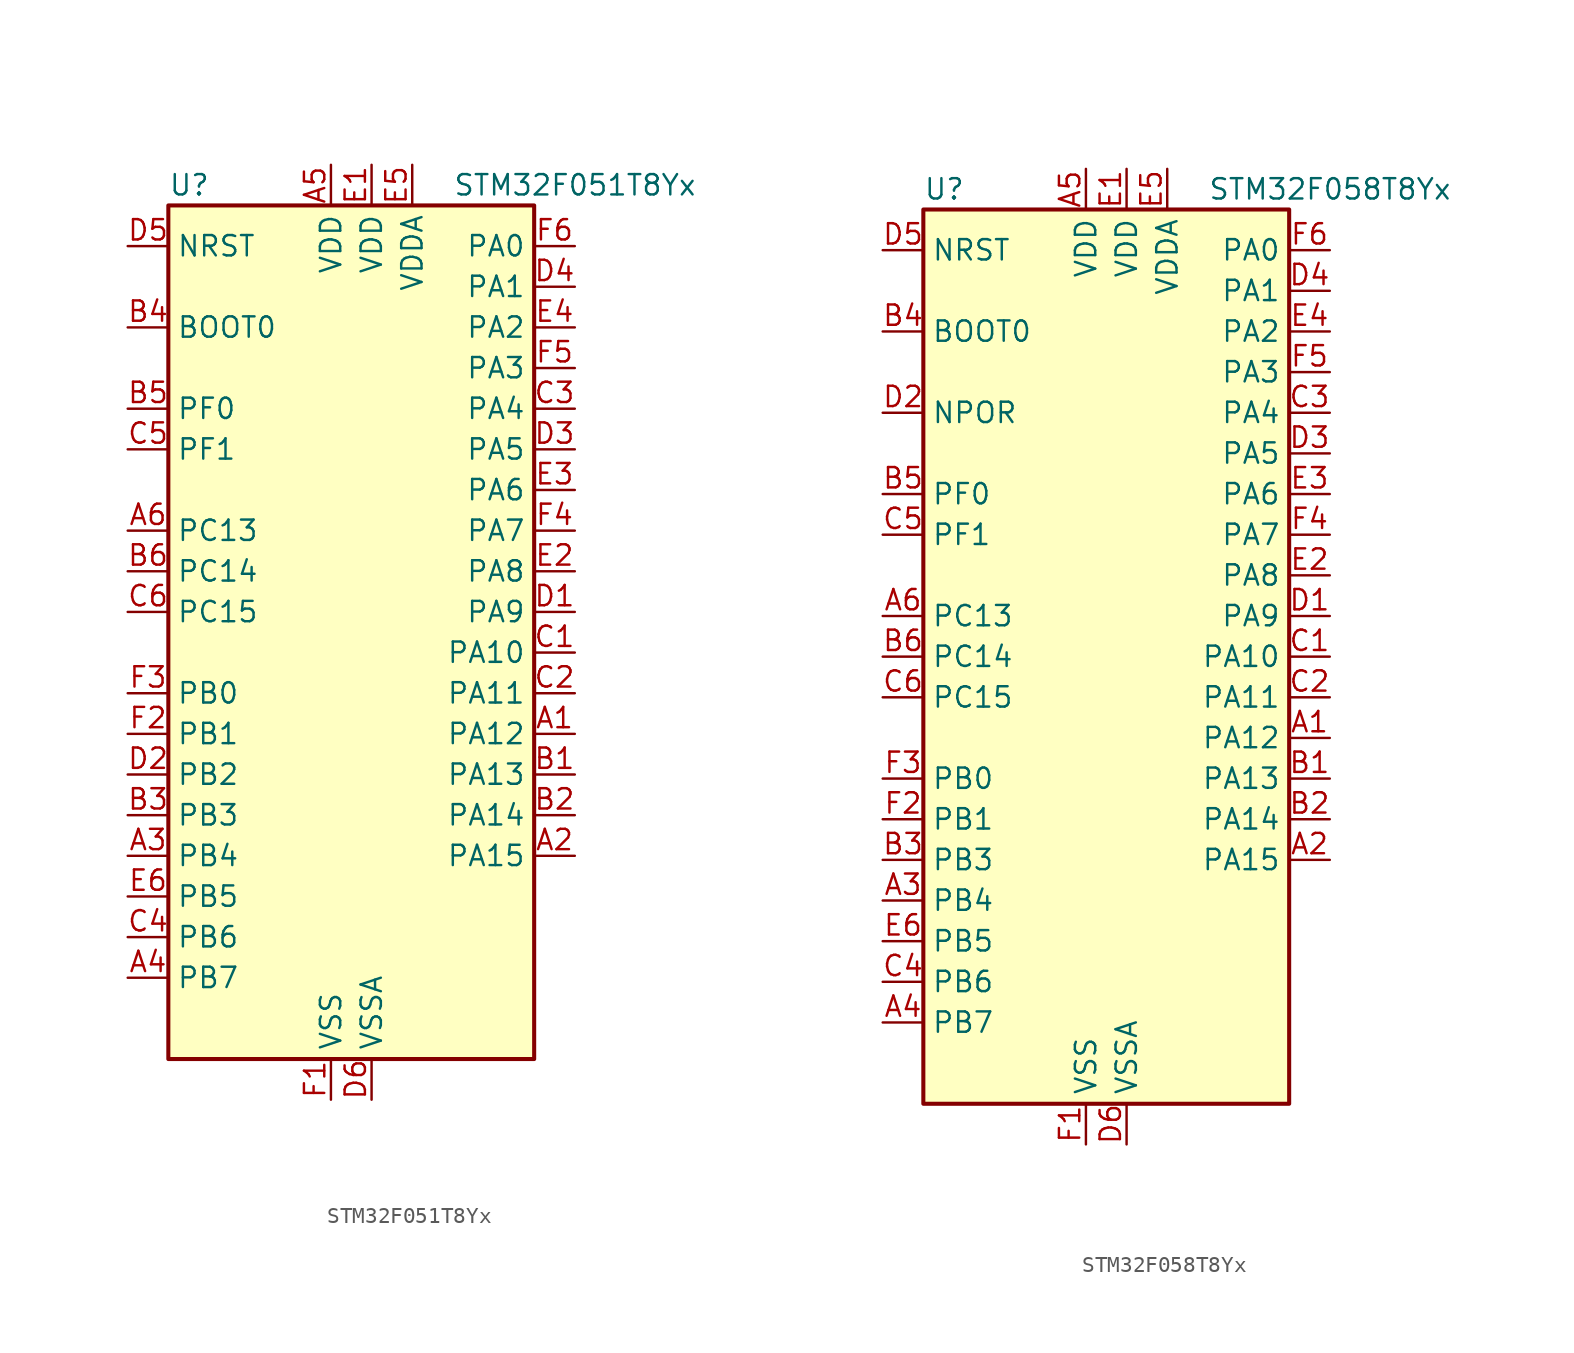
<source format=kicad_sym>
(kicad_symbol_lib
  (version 20231120)
  (generator "kicad_symbol_editor")
  (generator_version "8.0")
  (symbol "STM32F051T8Yx"
    (property "Reference" "U"
      (at -10.16 29.21 0)
      (effects (font (size 1.27 1.27)) (justify left)))
    (property "Value" "STM32F051T8Yx"
      (at 7.62 29.21 0)
      (effects (font (size 1.27 1.27)) (justify left)))
    (property "ki_locked" ""
      (at 0 0 0)
      (effects (font (size 1.27 1.27))))
    (symbol "STM32F051T8Yx_0_1"
      (rectangle (start -10.16 -25.4) (end 12.7 27.94) (stroke (width 0.254) (type default)) (fill (type background))))
    (symbol "STM32F051T8Yx_1_1"
      (pin bidirectional line (at 15.24 -5.08 180) (length 2.54) (name "PA12" (effects (font (size 1.27 1.27)))) (number "A1" (effects (font (size 1.27 1.27)))) (alternate "COMP2_OUT" bidirectional line) (alternate "TIM1_ETR" bidirectional line) (alternate "TSC_G4_IO4" bidirectional line) (alternate "USART1_DE" bidirectional line) (alternate "USART1_RTS" bidirectional line))
      (pin bidirectional line (at 15.24 -12.7 180) (length 2.54) (name "PA15" (effects (font (size 1.27 1.27)))) (number "A2" (effects (font (size 1.27 1.27)))) (alternate "I2S1_WS" bidirectional line) (alternate "SPI1_NSS" bidirectional line) (alternate "TIM2_CH1" bidirectional line) (alternate "TIM2_ETR" bidirectional line) (alternate "USART2_RX" bidirectional line))
      (pin bidirectional line (at -12.7 -12.7 0) (length 2.54) (name "PB4" (effects (font (size 1.27 1.27)))) (number "A3" (effects (font (size 1.27 1.27)))) (alternate "I2S1_MCK" bidirectional line) (alternate "SPI1_MISO" bidirectional line) (alternate "TIM3_CH1" bidirectional line) (alternate "TSC_G5_IO2" bidirectional line))
      (pin bidirectional line (at -12.7 -20.32 0) (length 2.54) (name "PB7" (effects (font (size 1.27 1.27)))) (number "A4" (effects (font (size 1.27 1.27)))) (alternate "I2C1_SDA" bidirectional line) (alternate "TIM17_CH1N" bidirectional line) (alternate "TSC_G5_IO4" bidirectional line) (alternate "USART1_RX" bidirectional line))
      (pin power_in line (at 0 30.48 270) (length 2.54) (name "VDD" (effects (font (size 1.27 1.27)))) (number "A5" (effects (font (size 1.27 1.27)))))
      (pin bidirectional line (at -12.7 7.62 0) (length 2.54) (name "PC13" (effects (font (size 1.27 1.27)))) (number "A6" (effects (font (size 1.27 1.27)))) (alternate "RTC_OUT_ALARM" bidirectional line) (alternate "RTC_OUT_CALIB" bidirectional line) (alternate "RTC_TAMP1" bidirectional line) (alternate "RTC_TS" bidirectional line) (alternate "SYS_WKUP2" bidirectional line))
      (pin bidirectional line (at 15.24 -7.62 180) (length 2.54) (name "PA13" (effects (font (size 1.27 1.27)))) (number "B1" (effects (font (size 1.27 1.27)))) (alternate "IR_OUT" bidirectional line) (alternate "SYS_SWDIO" bidirectional line))
      (pin bidirectional line (at 15.24 -10.16 180) (length 2.54) (name "PA14" (effects (font (size 1.27 1.27)))) (number "B2" (effects (font (size 1.27 1.27)))) (alternate "SYS_SWCLK" bidirectional line) (alternate "USART2_TX" bidirectional line))
      (pin bidirectional line (at -12.7 -10.16 0) (length 2.54) (name "PB3" (effects (font (size 1.27 1.27)))) (number "B3" (effects (font (size 1.27 1.27)))) (alternate "I2S1_CK" bidirectional line) (alternate "SPI1_SCK" bidirectional line) (alternate "TIM2_CH2" bidirectional line) (alternate "TSC_G5_IO1" bidirectional line))
      (pin input line (at -12.7 20.32 0) (length 2.54) (name "BOOT0" (effects (font (size 1.27 1.27)))) (number "B4" (effects (font (size 1.27 1.27)))))
      (pin bidirectional line (at -12.7 15.24 0) (length 2.54) (name "PF0" (effects (font (size 1.27 1.27)))) (number "B5" (effects (font (size 1.27 1.27)))) (alternate "RCC_OSC_IN" bidirectional line))
      (pin bidirectional line (at -12.7 5.08 0) (length 2.54) (name "PC14" (effects (font (size 1.27 1.27)))) (number "B6" (effects (font (size 1.27 1.27)))) (alternate "RCC_OSC32_IN" bidirectional line))
      (pin bidirectional line (at 15.24 0 180) (length 2.54) (name "PA10" (effects (font (size 1.27 1.27)))) (number "C1" (effects (font (size 1.27 1.27)))) (alternate "TIM17_BKIN" bidirectional line) (alternate "TIM1_CH3" bidirectional line) (alternate "TSC_G4_IO2" bidirectional line) (alternate "USART1_RX" bidirectional line))
      (pin bidirectional line (at 15.24 -2.54 180) (length 2.54) (name "PA11" (effects (font (size 1.27 1.27)))) (number "C2" (effects (font (size 1.27 1.27)))) (alternate "COMP1_OUT" bidirectional line) (alternate "TIM1_CH4" bidirectional line) (alternate "TSC_G4_IO3" bidirectional line) (alternate "USART1_CTS" bidirectional line))
      (pin bidirectional line (at 15.24 15.24 180) (length 2.54) (name "PA4" (effects (font (size 1.27 1.27)))) (number "C3" (effects (font (size 1.27 1.27)))) (alternate "ADC_IN4" bidirectional line) (alternate "COMP1_INM" bidirectional line) (alternate "COMP2_INM" bidirectional line) (alternate "DAC1_OUT1" bidirectional line) (alternate "I2S1_WS" bidirectional line) (alternate "SPI1_NSS" bidirectional line) (alternate "TIM14_CH1" bidirectional line) (alternate "TSC_G2_IO1" bidirectional line) (alternate "USART2_CK" bidirectional line))
      (pin bidirectional line (at -12.7 -17.78 0) (length 2.54) (name "PB6" (effects (font (size 1.27 1.27)))) (number "C4" (effects (font (size 1.27 1.27)))) (alternate "I2C1_SCL" bidirectional line) (alternate "TIM16_CH1N" bidirectional line) (alternate "TSC_G5_IO3" bidirectional line) (alternate "USART1_TX" bidirectional line))
      (pin bidirectional line (at -12.7 12.7 0) (length 2.54) (name "PF1" (effects (font (size 1.27 1.27)))) (number "C5" (effects (font (size 1.27 1.27)))) (alternate "RCC_OSC_OUT" bidirectional line))
      (pin bidirectional line (at -12.7 2.54 0) (length 2.54) (name "PC15" (effects (font (size 1.27 1.27)))) (number "C6" (effects (font (size 1.27 1.27)))) (alternate "RCC_OSC32_OUT" bidirectional line))
      (pin bidirectional line (at 15.24 2.54 180) (length 2.54) (name "PA9" (effects (font (size 1.27 1.27)))) (number "D1" (effects (font (size 1.27 1.27)))) (alternate "DAC1_EXTI9" bidirectional line) (alternate "TIM15_BKIN" bidirectional line) (alternate "TIM1_CH2" bidirectional line) (alternate "TSC_G4_IO1" bidirectional line) (alternate "USART1_TX" bidirectional line))
      (pin bidirectional line (at -12.7 -7.62 0) (length 2.54) (name "PB2" (effects (font (size 1.27 1.27)))) (number "D2" (effects (font (size 1.27 1.27)))) (alternate "TSC_G3_IO4" bidirectional line))
      (pin bidirectional line (at 15.24 12.7 180) (length 2.54) (name "PA5" (effects (font (size 1.27 1.27)))) (number "D3" (effects (font (size 1.27 1.27)))) (alternate "ADC_IN5" bidirectional line) (alternate "CEC" bidirectional line) (alternate "COMP1_INM" bidirectional line) (alternate "COMP2_INM" bidirectional line) (alternate "I2S1_CK" bidirectional line) (alternate "SPI1_SCK" bidirectional line) (alternate "TIM2_CH1" bidirectional line) (alternate "TIM2_ETR" bidirectional line) (alternate "TSC_G2_IO2" bidirectional line))
      (pin bidirectional line (at 15.24 22.86 180) (length 2.54) (name "PA1" (effects (font (size 1.27 1.27)))) (number "D4" (effects (font (size 1.27 1.27)))) (alternate "ADC_IN1" bidirectional line) (alternate "COMP1_INP" bidirectional line) (alternate "TIM2_CH2" bidirectional line) (alternate "TSC_G1_IO2" bidirectional line) (alternate "USART2_DE" bidirectional line) (alternate "USART2_RTS" bidirectional line))
      (pin input line (at -12.7 25.4 0) (length 2.54) (name "NRST" (effects (font (size 1.27 1.27)))) (number "D5" (effects (font (size 1.27 1.27)))))
      (pin power_in line (at 2.54 -27.94 90) (length 2.54) (name "VSSA" (effects (font (size 1.27 1.27)))) (number "D6" (effects (font (size 1.27 1.27)))))
      (pin power_in line (at 2.54 30.48 270) (length 2.54) (name "VDD" (effects (font (size 1.27 1.27)))) (number "E1" (effects (font (size 1.27 1.27)))))
      (pin bidirectional line (at 15.24 5.08 180) (length 2.54) (name "PA8" (effects (font (size 1.27 1.27)))) (number "E2" (effects (font (size 1.27 1.27)))) (alternate "RCC_MCO" bidirectional line) (alternate "TIM1_CH1" bidirectional line) (alternate "USART1_CK" bidirectional line))
      (pin bidirectional line (at 15.24 10.16 180) (length 2.54) (name "PA6" (effects (font (size 1.27 1.27)))) (number "E3" (effects (font (size 1.27 1.27)))) (alternate "ADC_IN6" bidirectional line) (alternate "COMP1_OUT" bidirectional line) (alternate "I2S1_MCK" bidirectional line) (alternate "SPI1_MISO" bidirectional line) (alternate "TIM16_CH1" bidirectional line) (alternate "TIM1_BKIN" bidirectional line) (alternate "TIM3_CH1" bidirectional line) (alternate "TSC_G2_IO3" bidirectional line))
      (pin bidirectional line (at 15.24 20.32 180) (length 2.54) (name "PA2" (effects (font (size 1.27 1.27)))) (number "E4" (effects (font (size 1.27 1.27)))) (alternate "ADC_IN2" bidirectional line) (alternate "COMP2_INM" bidirectional line) (alternate "COMP2_OUT" bidirectional line) (alternate "TIM15_CH1" bidirectional line) (alternate "TIM2_CH3" bidirectional line) (alternate "TSC_G1_IO3" bidirectional line) (alternate "USART2_TX" bidirectional line))
      (pin power_in line (at 5.08 30.48 270) (length 2.54) (name "VDDA" (effects (font (size 1.27 1.27)))) (number "E5" (effects (font (size 1.27 1.27)))))
      (pin bidirectional line (at -12.7 -15.24 0) (length 2.54) (name "PB5" (effects (font (size 1.27 1.27)))) (number "E6" (effects (font (size 1.27 1.27)))) (alternate "I2C1_SMBA" bidirectional line) (alternate "I2S1_SD" bidirectional line) (alternate "SPI1_MOSI" bidirectional line) (alternate "TIM16_BKIN" bidirectional line) (alternate "TIM3_CH2" bidirectional line))
      (pin power_in line (at 0 -27.94 90) (length 2.54) (name "VSS" (effects (font (size 1.27 1.27)))) (number "F1" (effects (font (size 1.27 1.27)))))
      (pin bidirectional line (at -12.7 -5.08 0) (length 2.54) (name "PB1" (effects (font (size 1.27 1.27)))) (number "F2" (effects (font (size 1.27 1.27)))) (alternate "ADC_IN9" bidirectional line) (alternate "TIM14_CH1" bidirectional line) (alternate "TIM1_CH3N" bidirectional line) (alternate "TIM3_CH4" bidirectional line) (alternate "TSC_G3_IO3" bidirectional line))
      (pin bidirectional line (at -12.7 -2.54 0) (length 2.54) (name "PB0" (effects (font (size 1.27 1.27)))) (number "F3" (effects (font (size 1.27 1.27)))) (alternate "ADC_IN8" bidirectional line) (alternate "TIM1_CH2N" bidirectional line) (alternate "TIM3_CH3" bidirectional line) (alternate "TSC_G3_IO2" bidirectional line))
      (pin bidirectional line (at 15.24 7.62 180) (length 2.54) (name "PA7" (effects (font (size 1.27 1.27)))) (number "F4" (effects (font (size 1.27 1.27)))) (alternate "ADC_IN7" bidirectional line) (alternate "COMP2_OUT" bidirectional line) (alternate "I2S1_SD" bidirectional line) (alternate "SPI1_MOSI" bidirectional line) (alternate "TIM14_CH1" bidirectional line) (alternate "TIM17_CH1" bidirectional line) (alternate "TIM1_CH1N" bidirectional line) (alternate "TIM3_CH2" bidirectional line) (alternate "TSC_G2_IO4" bidirectional line))
      (pin bidirectional line (at 15.24 17.78 180) (length 2.54) (name "PA3" (effects (font (size 1.27 1.27)))) (number "F5" (effects (font (size 1.27 1.27)))) (alternate "ADC_IN3" bidirectional line) (alternate "COMP2_INP" bidirectional line) (alternate "TIM15_CH2" bidirectional line) (alternate "TIM2_CH4" bidirectional line) (alternate "TSC_G1_IO4" bidirectional line) (alternate "USART2_RX" bidirectional line))
      (pin bidirectional line (at 15.24 25.4 180) (length 2.54) (name "PA0" (effects (font (size 1.27 1.27)))) (number "F6" (effects (font (size 1.27 1.27)))) (alternate "ADC_IN0" bidirectional line) (alternate "COMP1_INM" bidirectional line) (alternate "COMP1_OUT" bidirectional line) (alternate "RTC_TAMP2" bidirectional line) (alternate "SYS_WKUP1" bidirectional line) (alternate "TIM2_CH1" bidirectional line) (alternate "TIM2_ETR" bidirectional line) (alternate "TSC_G1_IO1" bidirectional line) (alternate "USART2_CTS" bidirectional line))))
  (symbol "STM32F058T8Yx"
    (property "Reference" "U"
      (at -10.16 29.21 0)
      (effects (font (size 1.27 1.27)) (justify left)))
    (property "Value" "STM32F058T8Yx"
      (at 7.62 29.21 0)
      (effects (font (size 1.27 1.27)) (justify left)))
    (property "ki_locked" ""
      (at 0 0 0)
      (effects (font (size 1.27 1.27))))
    (symbol "STM32F058T8Yx_0_1"
      (rectangle (start -10.16 -27.94) (end 12.7 27.94) (stroke (width 0.254) (type default)) (fill (type background))))
    (symbol "STM32F058T8Yx_1_1"
      (pin bidirectional line (at 15.24 -5.08 180) (length 2.54) (name "PA12" (effects (font (size 1.27 1.27)))) (number "A1" (effects (font (size 1.27 1.27)))) (alternate "COMP2_OUT" bidirectional line) (alternate "TIM1_ETR" bidirectional line) (alternate "TSC_G4_IO4" bidirectional line) (alternate "USART1_DE" bidirectional line) (alternate "USART1_RTS" bidirectional line))
      (pin bidirectional line (at 15.24 -12.7 180) (length 2.54) (name "PA15" (effects (font (size 1.27 1.27)))) (number "A2" (effects (font (size 1.27 1.27)))) (alternate "I2S1_WS" bidirectional line) (alternate "SPI1_NSS" bidirectional line) (alternate "TIM2_CH1" bidirectional line) (alternate "TIM2_ETR" bidirectional line) (alternate "USART2_RX" bidirectional line))
      (pin bidirectional line (at -12.7 -15.24 0) (length 2.54) (name "PB4" (effects (font (size 1.27 1.27)))) (number "A3" (effects (font (size 1.27 1.27)))) (alternate "I2S1_MCK" bidirectional line) (alternate "SPI1_MISO" bidirectional line) (alternate "TIM3_CH1" bidirectional line) (alternate "TSC_G5_IO2" bidirectional line))
      (pin bidirectional line (at -12.7 -22.86 0) (length 2.54) (name "PB7" (effects (font (size 1.27 1.27)))) (number "A4" (effects (font (size 1.27 1.27)))) (alternate "I2C1_SDA" bidirectional line) (alternate "TIM17_CH1N" bidirectional line) (alternate "TSC_G5_IO4" bidirectional line) (alternate "USART1_RX" bidirectional line))
      (pin power_in line (at 0 30.48 270) (length 2.54) (name "VDD" (effects (font (size 1.27 1.27)))) (number "A5" (effects (font (size 1.27 1.27)))))
      (pin bidirectional line (at -12.7 2.54 0) (length 2.54) (name "PC13" (effects (font (size 1.27 1.27)))) (number "A6" (effects (font (size 1.27 1.27)))) (alternate "RTC_OUT_ALARM" bidirectional line) (alternate "RTC_OUT_CALIB" bidirectional line) (alternate "RTC_TAMP1" bidirectional line) (alternate "RTC_TS" bidirectional line) (alternate "SYS_WKUP2" bidirectional line))
      (pin bidirectional line (at 15.24 -7.62 180) (length 2.54) (name "PA13" (effects (font (size 1.27 1.27)))) (number "B1" (effects (font (size 1.27 1.27)))) (alternate "IR_OUT" bidirectional line) (alternate "SYS_SWDIO" bidirectional line))
      (pin bidirectional line (at 15.24 -10.16 180) (length 2.54) (name "PA14" (effects (font (size 1.27 1.27)))) (number "B2" (effects (font (size 1.27 1.27)))) (alternate "SYS_SWCLK" bidirectional line) (alternate "USART2_TX" bidirectional line))
      (pin bidirectional line (at -12.7 -12.7 0) (length 2.54) (name "PB3" (effects (font (size 1.27 1.27)))) (number "B3" (effects (font (size 1.27 1.27)))) (alternate "I2S1_CK" bidirectional line) (alternate "SPI1_SCK" bidirectional line) (alternate "TIM2_CH2" bidirectional line) (alternate "TSC_G5_IO1" bidirectional line))
      (pin input line (at -12.7 20.32 0) (length 2.54) (name "BOOT0" (effects (font (size 1.27 1.27)))) (number "B4" (effects (font (size 1.27 1.27)))))
      (pin bidirectional line (at -12.7 10.16 0) (length 2.54) (name "PF0" (effects (font (size 1.27 1.27)))) (number "B5" (effects (font (size 1.27 1.27)))) (alternate "RCC_OSC_IN" bidirectional line))
      (pin bidirectional line (at -12.7 0 0) (length 2.54) (name "PC14" (effects (font (size 1.27 1.27)))) (number "B6" (effects (font (size 1.27 1.27)))) (alternate "RCC_OSC32_IN" bidirectional line))
      (pin bidirectional line (at 15.24 0 180) (length 2.54) (name "PA10" (effects (font (size 1.27 1.27)))) (number "C1" (effects (font (size 1.27 1.27)))) (alternate "TIM17_BKIN" bidirectional line) (alternate "TIM1_CH3" bidirectional line) (alternate "TSC_G4_IO2" bidirectional line) (alternate "USART1_RX" bidirectional line))
      (pin bidirectional line (at 15.24 -2.54 180) (length 2.54) (name "PA11" (effects (font (size 1.27 1.27)))) (number "C2" (effects (font (size 1.27 1.27)))) (alternate "COMP1_OUT" bidirectional line) (alternate "TIM1_CH4" bidirectional line) (alternate "TSC_G4_IO3" bidirectional line) (alternate "USART1_CTS" bidirectional line))
      (pin bidirectional line (at 15.24 15.24 180) (length 2.54) (name "PA4" (effects (font (size 1.27 1.27)))) (number "C3" (effects (font (size 1.27 1.27)))) (alternate "ADC_IN4" bidirectional line) (alternate "COMP1_INM" bidirectional line) (alternate "COMP2_INM" bidirectional line) (alternate "DAC1_OUT1" bidirectional line) (alternate "I2S1_WS" bidirectional line) (alternate "SPI1_NSS" bidirectional line) (alternate "TIM14_CH1" bidirectional line) (alternate "TSC_G2_IO1" bidirectional line) (alternate "USART2_CK" bidirectional line))
      (pin bidirectional line (at -12.7 -20.32 0) (length 2.54) (name "PB6" (effects (font (size 1.27 1.27)))) (number "C4" (effects (font (size 1.27 1.27)))) (alternate "I2C1_SCL" bidirectional line) (alternate "TIM16_CH1N" bidirectional line) (alternate "TSC_G5_IO3" bidirectional line) (alternate "USART1_TX" bidirectional line))
      (pin bidirectional line (at -12.7 7.62 0) (length 2.54) (name "PF1" (effects (font (size 1.27 1.27)))) (number "C5" (effects (font (size 1.27 1.27)))) (alternate "RCC_OSC_OUT" bidirectional line))
      (pin bidirectional line (at -12.7 -2.54 0) (length 2.54) (name "PC15" (effects (font (size 1.27 1.27)))) (number "C6" (effects (font (size 1.27 1.27)))) (alternate "RCC_OSC32_OUT" bidirectional line))
      (pin bidirectional line (at 15.24 2.54 180) (length 2.54) (name "PA9" (effects (font (size 1.27 1.27)))) (number "D1" (effects (font (size 1.27 1.27)))) (alternate "DAC1_EXTI9" bidirectional line) (alternate "TIM15_BKIN" bidirectional line) (alternate "TIM1_CH2" bidirectional line) (alternate "TSC_G4_IO1" bidirectional line) (alternate "USART1_TX" bidirectional line))
      (pin input line (at -12.7 15.24 0) (length 2.54) (name "NPOR" (effects (font (size 1.27 1.27)))) (number "D2" (effects (font (size 1.27 1.27)))))
      (pin bidirectional line (at 15.24 12.7 180) (length 2.54) (name "PA5" (effects (font (size 1.27 1.27)))) (number "D3" (effects (font (size 1.27 1.27)))) (alternate "ADC_IN5" bidirectional line) (alternate "CEC" bidirectional line) (alternate "COMP1_INM" bidirectional line) (alternate "COMP2_INM" bidirectional line) (alternate "I2S1_CK" bidirectional line) (alternate "SPI1_SCK" bidirectional line) (alternate "TIM2_CH1" bidirectional line) (alternate "TIM2_ETR" bidirectional line) (alternate "TSC_G2_IO2" bidirectional line))
      (pin bidirectional line (at 15.24 22.86 180) (length 2.54) (name "PA1" (effects (font (size 1.27 1.27)))) (number "D4" (effects (font (size 1.27 1.27)))) (alternate "ADC_IN1" bidirectional line) (alternate "COMP1_INP" bidirectional line) (alternate "TIM2_CH2" bidirectional line) (alternate "TSC_G1_IO2" bidirectional line) (alternate "USART2_DE" bidirectional line) (alternate "USART2_RTS" bidirectional line))
      (pin input line (at -12.7 25.4 0) (length 2.54) (name "NRST" (effects (font (size 1.27 1.27)))) (number "D5" (effects (font (size 1.27 1.27)))))
      (pin power_in line (at 2.54 -30.48 90) (length 2.54) (name "VSSA" (effects (font (size 1.27 1.27)))) (number "D6" (effects (font (size 1.27 1.27)))))
      (pin power_in line (at 2.54 30.48 270) (length 2.54) (name "VDD" (effects (font (size 1.27 1.27)))) (number "E1" (effects (font (size 1.27 1.27)))))
      (pin bidirectional line (at 15.24 5.08 180) (length 2.54) (name "PA8" (effects (font (size 1.27 1.27)))) (number "E2" (effects (font (size 1.27 1.27)))) (alternate "RCC_MCO" bidirectional line) (alternate "TIM1_CH1" bidirectional line) (alternate "USART1_CK" bidirectional line))
      (pin bidirectional line (at 15.24 10.16 180) (length 2.54) (name "PA6" (effects (font (size 1.27 1.27)))) (number "E3" (effects (font (size 1.27 1.27)))) (alternate "ADC_IN6" bidirectional line) (alternate "COMP1_OUT" bidirectional line) (alternate "I2S1_MCK" bidirectional line) (alternate "SPI1_MISO" bidirectional line) (alternate "TIM16_CH1" bidirectional line) (alternate "TIM1_BKIN" bidirectional line) (alternate "TIM3_CH1" bidirectional line) (alternate "TSC_G2_IO3" bidirectional line))
      (pin bidirectional line (at 15.24 20.32 180) (length 2.54) (name "PA2" (effects (font (size 1.27 1.27)))) (number "E4" (effects (font (size 1.27 1.27)))) (alternate "ADC_IN2" bidirectional line) (alternate "COMP2_INM" bidirectional line) (alternate "COMP2_OUT" bidirectional line) (alternate "TIM15_CH1" bidirectional line) (alternate "TIM2_CH3" bidirectional line) (alternate "TSC_G1_IO3" bidirectional line) (alternate "USART2_TX" bidirectional line))
      (pin power_in line (at 5.08 30.48 270) (length 2.54) (name "VDDA" (effects (font (size 1.27 1.27)))) (number "E5" (effects (font (size 1.27 1.27)))))
      (pin bidirectional line (at -12.7 -17.78 0) (length 2.54) (name "PB5" (effects (font (size 1.27 1.27)))) (number "E6" (effects (font (size 1.27 1.27)))) (alternate "I2C1_SMBA" bidirectional line) (alternate "I2S1_SD" bidirectional line) (alternate "SPI1_MOSI" bidirectional line) (alternate "TIM16_BKIN" bidirectional line) (alternate "TIM3_CH2" bidirectional line))
      (pin power_in line (at 0 -30.48 90) (length 2.54) (name "VSS" (effects (font (size 1.27 1.27)))) (number "F1" (effects (font (size 1.27 1.27)))))
      (pin bidirectional line (at -12.7 -10.16 0) (length 2.54) (name "PB1" (effects (font (size 1.27 1.27)))) (number "F2" (effects (font (size 1.27 1.27)))) (alternate "ADC_IN9" bidirectional line) (alternate "TIM14_CH1" bidirectional line) (alternate "TIM1_CH3N" bidirectional line) (alternate "TIM3_CH4" bidirectional line) (alternate "TSC_G3_IO3" bidirectional line))
      (pin bidirectional line (at -12.7 -7.62 0) (length 2.54) (name "PB0" (effects (font (size 1.27 1.27)))) (number "F3" (effects (font (size 1.27 1.27)))) (alternate "ADC_IN8" bidirectional line) (alternate "TIM1_CH2N" bidirectional line) (alternate "TIM3_CH3" bidirectional line) (alternate "TSC_G3_IO2" bidirectional line))
      (pin bidirectional line (at 15.24 7.62 180) (length 2.54) (name "PA7" (effects (font (size 1.27 1.27)))) (number "F4" (effects (font (size 1.27 1.27)))) (alternate "ADC_IN7" bidirectional line) (alternate "COMP2_OUT" bidirectional line) (alternate "I2S1_SD" bidirectional line) (alternate "SPI1_MOSI" bidirectional line) (alternate "TIM14_CH1" bidirectional line) (alternate "TIM17_CH1" bidirectional line) (alternate "TIM1_CH1N" bidirectional line) (alternate "TIM3_CH2" bidirectional line) (alternate "TSC_G2_IO4" bidirectional line))
      (pin bidirectional line (at 15.24 17.78 180) (length 2.54) (name "PA3" (effects (font (size 1.27 1.27)))) (number "F5" (effects (font (size 1.27 1.27)))) (alternate "ADC_IN3" bidirectional line) (alternate "COMP2_INP" bidirectional line) (alternate "TIM15_CH2" bidirectional line) (alternate "TIM2_CH4" bidirectional line) (alternate "TSC_G1_IO4" bidirectional line) (alternate "USART2_RX" bidirectional line))
      (pin bidirectional line (at 15.24 25.4 180) (length 2.54) (name "PA0" (effects (font (size 1.27 1.27)))) (number "F6" (effects (font (size 1.27 1.27)))) (alternate "ADC_IN0" bidirectional line) (alternate "COMP1_INM" bidirectional line) (alternate "COMP1_OUT" bidirectional line) (alternate "RTC_TAMP2" bidirectional line) (alternate "SYS_WKUP1" bidirectional line) (alternate "TIM2_CH1" bidirectional line) (alternate "TIM2_ETR" bidirectional line) (alternate "TSC_G1_IO1" bidirectional line) (alternate "USART2_CTS" bidirectional line)))))
</source>
